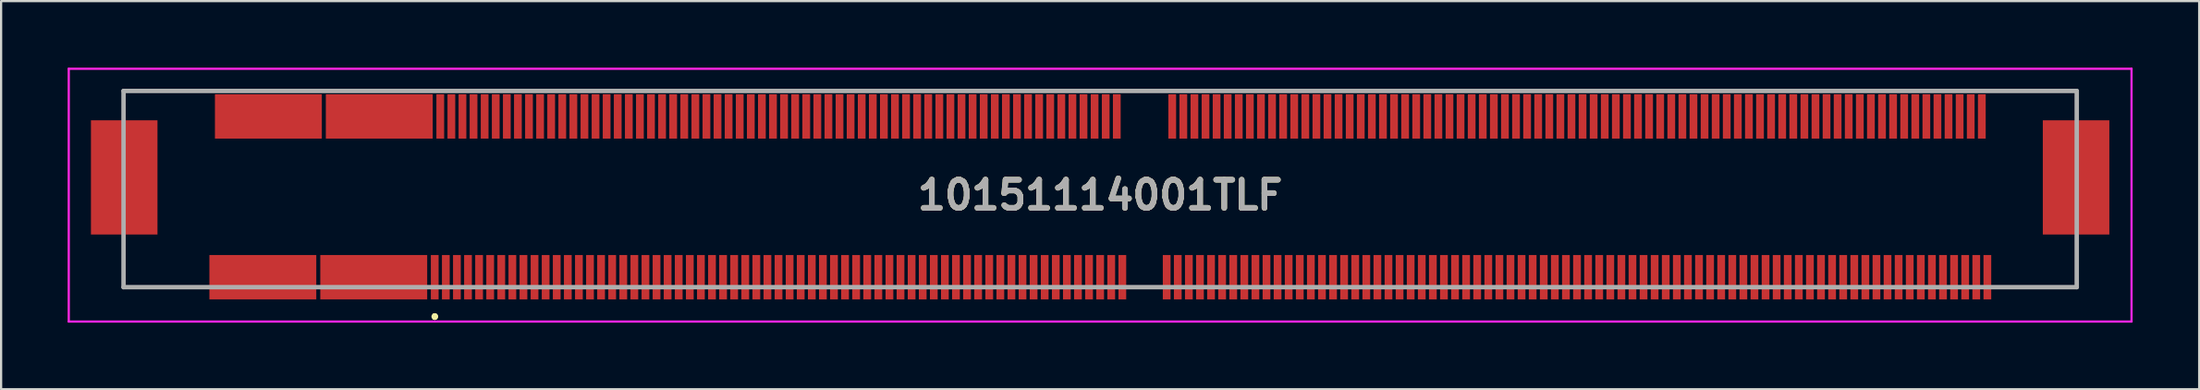
<source format=kicad_pcb>
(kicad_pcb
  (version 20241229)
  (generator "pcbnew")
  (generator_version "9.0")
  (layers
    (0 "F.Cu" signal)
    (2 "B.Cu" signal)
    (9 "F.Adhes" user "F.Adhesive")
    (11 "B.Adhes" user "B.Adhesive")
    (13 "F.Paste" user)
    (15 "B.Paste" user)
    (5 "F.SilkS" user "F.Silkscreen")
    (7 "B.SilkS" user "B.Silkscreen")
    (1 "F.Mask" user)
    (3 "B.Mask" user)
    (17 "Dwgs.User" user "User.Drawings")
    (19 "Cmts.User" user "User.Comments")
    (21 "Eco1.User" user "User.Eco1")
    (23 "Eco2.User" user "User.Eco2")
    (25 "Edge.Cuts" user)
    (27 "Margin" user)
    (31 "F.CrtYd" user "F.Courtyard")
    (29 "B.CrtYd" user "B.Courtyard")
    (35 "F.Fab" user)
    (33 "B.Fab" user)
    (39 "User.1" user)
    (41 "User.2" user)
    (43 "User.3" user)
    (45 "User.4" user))
  (footprint "10151114001TLF"
    (layer "F.Cu")
    (at 46.55 5.475)
    (property "Reference" "10151114001TLF" (at 0 0.275 0) (layer "F.SilkS") (effects (font (size 1.27 1.27) (thickness 0.254))))
    (attr through_hole)
    (fp_line (start -44.03 -4.425) (end -44.03 -4.425) (stroke (width 0.1) (type solid)) (layer "F.SilkS"))
    (fp_line (start -44.03 -4.425) (end -44.03 -4.425) (stroke (width 0.1) (type solid)) (layer "F.SilkS"))
    (fp_line (start -44.03 -4.425) (end -44.03 -3.75) (stroke (width 0.1) (type solid)) (layer "F.SilkS"))
    (fp_line (start -44.03 -4.425) (end -40.5 -4.425) (stroke (width 0.1) (type solid)) (layer "F.SilkS"))
    (fp_line (start -44.03 -3.75) (end -44.03 -4.425) (stroke (width 0.1) (type solid)) (layer "F.SilkS"))
    (fp_line (start -44.03 -3.75) (end -44.03 -3.75) (stroke (width 0.1) (type solid)) (layer "F.SilkS"))
    (fp_line (start -44.03 2.75) (end -44.03 2.75) (stroke (width 0.1) (type solid)) (layer "F.SilkS"))
    (fp_line (start -44.03 2.75) (end -44.03 4.425) (stroke (width 0.1) (type solid)) (layer "F.SilkS"))
    (fp_line (start -44.03 4.425) (end -44.03 2.75) (stroke (width 0.1) (type solid)) (layer "F.SilkS"))
    (fp_line (start -44.03 4.425) (end -44.03 4.425) (stroke (width 0.1) (type solid)) (layer "F.SilkS"))
    (fp_line (start -44 4.425) (end -44 4.425) (stroke (width 0.1) (type solid)) (layer "F.SilkS"))
    (fp_line (start -44 4.425) (end -40.75 4.425) (stroke (width 0.1) (type solid)) (layer "F.SilkS"))
    (fp_line (start -40.75 4.425) (end -44 4.425) (stroke (width 0.1) (type solid)) (layer "F.SilkS"))
    (fp_line (start -40.75 4.425) (end -40.75 4.425) (stroke (width 0.1) (type solid)) (layer "F.SilkS"))
    (fp_line (start -40.5 -4.425) (end -44.03 -4.425) (stroke (width 0.1) (type solid)) (layer "F.SilkS"))
    (fp_line (start -40.5 -4.425) (end -40.5 -4.425) (stroke (width 0.1) (type solid)) (layer "F.SilkS"))
    (fp_line (start -30 5.7) (end -30 5.7) (stroke (width 0.2) (type solid)) (layer "F.SilkS"))
    (fp_line (start -30 5.8) (end -30 5.8) (stroke (width 0.2) (type solid)) (layer "F.SilkS"))
    (fp_line (start -30 5.8) (end -30 5.8) (stroke (width 0.2) (type solid)) (layer "F.SilkS"))
    (fp_line (start 1.5 -4.425) (end 1.5 -4.425) (stroke (width 0.1) (type solid)) (layer "F.SilkS"))
    (fp_line (start 1.5 -4.425) (end 2.5 -4.425) (stroke (width 0.1) (type solid)) (layer "F.SilkS"))
    (fp_line (start 1.75 4.425) (end 1.75 4.425) (stroke (width 0.1) (type solid)) (layer "F.SilkS"))
    (fp_line (start 1.75 4.425) (end 2.25 4.425) (stroke (width 0.1) (type solid)) (layer "F.SilkS"))
    (fp_line (start 2.25 4.425) (end 1.75 4.425) (stroke (width 0.1) (type solid)) (layer "F.SilkS"))
    (fp_line (start 2.25 4.425) (end 2.25 4.425) (stroke (width 0.1) (type solid)) (layer "F.SilkS"))
    (fp_line (start 2.5 -4.425) (end 1.5 -4.425) (stroke (width 0.1) (type solid)) (layer "F.SilkS"))
    (fp_line (start 2.5 -4.425) (end 2.5 -4.425) (stroke (width 0.1) (type solid)) (layer "F.SilkS"))
    (fp_line (start 40.5 -4.425) (end 40.5 -4.425) (stroke (width 0.1) (type solid)) (layer "F.SilkS"))
    (fp_line (start 40.5 -4.425) (end 44 -4.425) (stroke (width 0.1) (type solid)) (layer "F.SilkS"))
    (fp_line (start 40.75 4.425) (end 40.75 4.425) (stroke (width 0.1) (type solid)) (layer "F.SilkS"))
    (fp_line (start 40.75 4.425) (end 44.03 4.425) (stroke (width 0.1) (type solid)) (layer "F.SilkS"))
    (fp_line (start 44 -4.425) (end 40.5 -4.425) (stroke (width 0.1) (type solid)) (layer "F.SilkS"))
    (fp_line (start 44 -4.425) (end 44 -4.425) (stroke (width 0.1) (type solid)) (layer "F.SilkS"))
    (fp_line (start 44.03 -4.425) (end 44.03 -4.425) (stroke (width 0.1) (type solid)) (layer "F.SilkS"))
    (fp_line (start 44.03 -4.425) (end 44.03 -3.5) (stroke (width 0.1) (type solid)) (layer "F.SilkS"))
    (fp_line (start 44.03 -3.5) (end 44.03 -4.425) (stroke (width 0.1) (type solid)) (layer "F.SilkS"))
    (fp_line (start 44.03 -3.5) (end 44.03 -3.5) (stroke (width 0.1) (type solid)) (layer "F.SilkS"))
    (fp_line (start 44.03 2.75) (end 44.03 2.75) (stroke (width 0.1) (type solid)) (layer "F.SilkS"))
    (fp_line (start 44.03 2.75) (end 44.03 4.425) (stroke (width 0.1) (type solid)) (layer "F.SilkS"))
    (fp_line (start 44.03 4.425) (end 40.75 4.425) (stroke (width 0.1) (type solid)) (layer "F.SilkS"))
    (fp_line (start 44.03 4.425) (end 44.03 2.75) (stroke (width 0.1) (type solid)) (layer "F.SilkS"))
    (fp_line (start 44.03 4.425) (end 44.03 4.425) (stroke (width 0.1) (type solid)) (layer "F.SilkS"))
    (fp_line (start 44.03 4.425) (end 44.03 4.425) (stroke (width 0.1) (type solid)) (layer "F.SilkS"))
    (fp_arc (start -30 5.7) (mid -29.95 5.75) (end -30 5.8) (stroke (width 0.2) (type solid)) (layer "F.SilkS"))
    (fp_arc (start -30 5.7) (mid -29.95 5.75) (end -30 5.8) (stroke (width 0.2) (type solid)) (layer "F.SilkS"))
    (fp_arc (start -30 5.8) (mid -30.05 5.75) (end -30 5.7) (stroke (width 0.2) (type solid)) (layer "F.SilkS"))
    (fp_line (start -46.5 -5.425) (end 46.5 -5.425) (stroke (width 0.1) (type solid)) (layer "F.CrtYd"))
    (fp_line (start -46.5 5.975) (end -46.5 -5.425) (stroke (width 0.1) (type solid)) (layer "F.CrtYd"))
    (fp_line (start 46.5 -5.425) (end 46.5 5.975) (stroke (width 0.1) (type solid)) (layer "F.CrtYd"))
    (fp_line (start 46.5 5.975) (end -46.5 5.975) (stroke (width 0.1) (type solid)) (layer "F.CrtYd"))
    (fp_line (start -44.03 -4.425) (end -44.03 4.425) (stroke (width 0.2) (type solid)) (layer "F.Fab"))
    (fp_line (start -44.03 4.425) (end 44.03 4.425) (stroke (width 0.2) (type solid)) (layer "F.Fab"))
    (fp_line (start 44.03 -4.425) (end -44.03 -4.425) (stroke (width 0.2) (type solid)) (layer "F.Fab"))
    (fp_line (start 44.03 4.425) (end 44.03 -4.425) (stroke (width 0.2) (type solid)) (layer "F.Fab"))
    (fp_text user "${REFERENCE}" (at 0 0.275 0) (layer "F.Fab") (effects (font (size 1.27 1.27) (thickness 0.254))))
    (pad "" np_thru_hole circle (at -41 0.225) (size 0.001 0.001) (drill 1.1) (layers "*.Cu" "*.Mask"))
    (pad "" np_thru_hole circle (at 41 0.225) (size 0.001 0.001) (drill 1.6) (layers "*.Cu" "*.Mask"))
    (pad "1" smd rect (at -30 3.975) (size 0.35 2) (layers "F.Cu" "F.Mask" "F.Paste"))
    (pad "2" smd rect (at -29.75 -3.275) (size 0.35 2) (layers "F.Cu" "F.Mask" "F.Paste"))
    (pad "3" smd rect (at -29.5 3.975) (size 0.35 2) (layers "F.Cu" "F.Mask" "F.Paste"))
    (pad "4" smd rect (at -29.25 -3.275) (size 0.35 2) (layers "F.Cu" "F.Mask" "F.Paste"))
    (pad "5" smd rect (at -29 3.975) (size 0.35 2) (layers "F.Cu" "F.Mask" "F.Paste"))
    (pad "6" smd rect (at -28.75 -3.275) (size 0.35 2) (layers "F.Cu" "F.Mask" "F.Paste"))
    (pad "7" smd rect (at -28.5 3.975) (size 0.35 2) (layers "F.Cu" "F.Mask" "F.Paste"))
    (pad "8" smd rect (at -28.25 -3.275) (size 0.35 2) (layers "F.Cu" "F.Mask" "F.Paste"))
    (pad "9" smd rect (at -28 3.975) (size 0.35 2) (layers "F.Cu" "F.Mask" "F.Paste"))
    (pad "10" smd rect (at -27.75 -3.275) (size 0.35 2) (layers "F.Cu" "F.Mask" "F.Paste"))
    (pad "11" smd rect (at -27.5 3.975) (size 0.35 2) (layers "F.Cu" "F.Mask" "F.Paste"))
    (pad "12" smd rect (at -27.25 -3.275) (size 0.35 2) (layers "F.Cu" "F.Mask" "F.Paste"))
    (pad "13" smd rect (at -27 3.975) (size 0.35 2) (layers "F.Cu" "F.Mask" "F.Paste"))
    (pad "14" smd rect (at -26.75 -3.275) (size 0.35 2) (layers "F.Cu" "F.Mask" "F.Paste"))
    (pad "15" smd rect (at -26.5 3.975) (size 0.35 2) (layers "F.Cu" "F.Mask" "F.Paste"))
    (pad "16" smd rect (at -26.25 -3.275) (size 0.35 2) (layers "F.Cu" "F.Mask" "F.Paste"))
    (pad "17" smd rect (at -26 3.975) (size 0.35 2) (layers "F.Cu" "F.Mask" "F.Paste"))
    (pad "18" smd rect (at -25.75 -3.275) (size 0.35 2) (layers "F.Cu" "F.Mask" "F.Paste"))
    (pad "19" smd rect (at -25.5 3.975) (size 0.35 2) (layers "F.Cu" "F.Mask" "F.Paste"))
    (pad "20" smd rect (at -25.25 -3.275) (size 0.35 2) (layers "F.Cu" "F.Mask" "F.Paste"))
    (pad "21" smd rect (at -25 3.975) (size 0.35 2) (layers "F.Cu" "F.Mask" "F.Paste"))
    (pad "22" smd rect (at -24.75 -3.275) (size 0.35 2) (layers "F.Cu" "F.Mask" "F.Paste"))
    (pad "23" smd rect (at -24.5 3.975) (size 0.35 2) (layers "F.Cu" "F.Mask" "F.Paste"))
    (pad "24" smd rect (at -24.25 -3.275) (size 0.35 2) (layers "F.Cu" "F.Mask" "F.Paste"))
    (pad "25" smd rect (at -24 3.975) (size 0.35 2) (layers "F.Cu" "F.Mask" "F.Paste"))
    (pad "26" smd rect (at -23.75 -3.275) (size 0.35 2) (layers "F.Cu" "F.Mask" "F.Paste"))
    (pad "27" smd rect (at -23.5 3.975) (size 0.35 2) (layers "F.Cu" "F.Mask" "F.Paste"))
    (pad "28" smd rect (at -23.25 -3.275) (size 0.35 2) (layers "F.Cu" "F.Mask" "F.Paste"))
    (pad "29" smd rect (at -23 3.975) (size 0.35 2) (layers "F.Cu" "F.Mask" "F.Paste"))
    (pad "30" smd rect (at -22.75 -3.275) (size 0.35 2) (layers "F.Cu" "F.Mask" "F.Paste"))
    (pad "31" smd rect (at -22.5 3.975) (size 0.35 2) (layers "F.Cu" "F.Mask" "F.Paste"))
    (pad "32" smd rect (at -22.25 -3.275) (size 0.35 2) (layers "F.Cu" "F.Mask" "F.Paste"))
    (pad "33" smd rect (at -22 3.975) (size 0.35 2) (layers "F.Cu" "F.Mask" "F.Paste"))
    (pad "34" smd rect (at -21.75 -3.275) (size 0.35 2) (layers "F.Cu" "F.Mask" "F.Paste"))
    (pad "35" smd rect (at -21.5 3.975) (size 0.35 2) (layers "F.Cu" "F.Mask" "F.Paste"))
    (pad "36" smd rect (at -21.25 -3.275) (size 0.35 2) (layers "F.Cu" "F.Mask" "F.Paste"))
    (pad "37" smd rect (at -21 3.975) (size 0.35 2) (layers "F.Cu" "F.Mask" "F.Paste"))
    (pad "38" smd rect (at -20.75 -3.275) (size 0.35 2) (layers "F.Cu" "F.Mask" "F.Paste"))
    (pad "39" smd rect (at -20.5 3.975) (size 0.35 2) (layers "F.Cu" "F.Mask" "F.Paste"))
    (pad "40" smd rect (at -20.25 -3.275) (size 0.35 2) (layers "F.Cu" "F.Mask" "F.Paste"))
    (pad "41" smd rect (at -20 3.975) (size 0.35 2) (layers "F.Cu" "F.Mask" "F.Paste"))
    (pad "42" smd rect (at -19.75 -3.275) (size 0.35 2) (layers "F.Cu" "F.Mask" "F.Paste"))
    (pad "43" smd rect (at -19.5 3.975) (size 0.35 2) (layers "F.Cu" "F.Mask" "F.Paste"))
    (pad "44" smd rect (at -19.25 -3.275) (size 0.35 2) (layers "F.Cu" "F.Mask" "F.Paste"))
    (pad "45" smd rect (at -19 3.975) (size 0.35 2) (layers "F.Cu" "F.Mask" "F.Paste"))
    (pad "46" smd rect (at -18.75 -3.275) (size 0.35 2) (layers "F.Cu" "F.Mask" "F.Paste"))
    (pad "47" smd rect (at -18.5 3.975) (size 0.35 2) (layers "F.Cu" "F.Mask" "F.Paste"))
    (pad "48" smd rect (at -18.25 -3.275) (size 0.35 2) (layers "F.Cu" "F.Mask" "F.Paste"))
    (pad "49" smd rect (at -18 3.975) (size 0.35 2) (layers "F.Cu" "F.Mask" "F.Paste"))
    (pad "50" smd rect (at -17.75 -3.275) (size 0.35 2) (layers "F.Cu" "F.Mask" "F.Paste"))
    (pad "51" smd rect (at -17.5 3.975) (size 0.35 2) (layers "F.Cu" "F.Mask" "F.Paste"))
    (pad "52" smd rect (at -17.25 -3.275) (size 0.35 2) (layers "F.Cu" "F.Mask" "F.Paste"))
    (pad "53" smd rect (at -17 3.975) (size 0.35 2) (layers "F.Cu" "F.Mask" "F.Paste"))
    (pad "54" smd rect (at -16.75 -3.275) (size 0.35 2) (layers "F.Cu" "F.Mask" "F.Paste"))
    (pad "55" smd rect (at -16.5 3.975) (size 0.35 2) (layers "F.Cu" "F.Mask" "F.Paste"))
    (pad "56" smd rect (at -16.25 -3.275) (size 0.35 2) (layers "F.Cu" "F.Mask" "F.Paste"))
    (pad "57" smd rect (at -16 3.975) (size 0.35 2) (layers "F.Cu" "F.Mask" "F.Paste"))
    (pad "58" smd rect (at -15.75 -3.275) (size 0.35 2) (layers "F.Cu" "F.Mask" "F.Paste"))
    (pad "59" smd rect (at -15.5 3.975) (size 0.35 2) (layers "F.Cu" "F.Mask" "F.Paste"))
    (pad "60" smd rect (at -15.25 -3.275) (size 0.35 2) (layers "F.Cu" "F.Mask" "F.Paste"))
    (pad "61" smd rect (at -15 3.975) (size 0.35 2) (layers "F.Cu" "F.Mask" "F.Paste"))
    (pad "62" smd rect (at -14.75 -3.275) (size 0.35 2) (layers "F.Cu" "F.Mask" "F.Paste"))
    (pad "63" smd rect (at -14.5 3.975) (size 0.35 2) (layers "F.Cu" "F.Mask" "F.Paste"))
    (pad "64" smd rect (at -14.25 -3.275) (size 0.35 2) (layers "F.Cu" "F.Mask" "F.Paste"))
    (pad "65" smd rect (at -14 3.975) (size 0.35 2) (layers "F.Cu" "F.Mask" "F.Paste"))
    (pad "66" smd rect (at -13.75 -3.275) (size 0.35 2) (layers "F.Cu" "F.Mask" "F.Paste"))
    (pad "67" smd rect (at -13.5 3.975) (size 0.35 2) (layers "F.Cu" "F.Mask" "F.Paste"))
    (pad "68" smd rect (at -13.25 -3.275) (size 0.35 2) (layers "F.Cu" "F.Mask" "F.Paste"))
    (pad "69" smd rect (at -13 3.975) (size 0.35 2) (layers "F.Cu" "F.Mask" "F.Paste"))
    (pad "70" smd rect (at -12.75 -3.275) (size 0.35 2) (layers "F.Cu" "F.Mask" "F.Paste"))
    (pad "71" smd rect (at -12.5 3.975) (size 0.35 2) (layers "F.Cu" "F.Mask" "F.Paste"))
    (pad "72" smd rect (at -12.25 -3.275) (size 0.35 2) (layers "F.Cu" "F.Mask" "F.Paste"))
    (pad "73" smd rect (at -12 3.975) (size 0.35 2) (layers "F.Cu" "F.Mask" "F.Paste"))
    (pad "74" smd rect (at -11.75 -3.275) (size 0.35 2) (layers "F.Cu" "F.Mask" "F.Paste"))
    (pad "75" smd rect (at -11.5 3.975) (size 0.35 2) (layers "F.Cu" "F.Mask" "F.Paste"))
    (pad "76" smd rect (at -11.25 -3.275) (size 0.35 2) (layers "F.Cu" "F.Mask" "F.Paste"))
    (pad "77" smd rect (at -11 3.975) (size 0.35 2) (layers "F.Cu" "F.Mask" "F.Paste"))
    (pad "78" smd rect (at -10.75 -3.275) (size 0.35 2) (layers "F.Cu" "F.Mask" "F.Paste"))
    (pad "79" smd rect (at -10.5 3.975) (size 0.35 2) (layers "F.Cu" "F.Mask" "F.Paste"))
    (pad "80" smd rect (at -10.25 -3.275) (size 0.35 2) (layers "F.Cu" "F.Mask" "F.Paste"))
    (pad "81" smd rect (at -10 3.975) (size 0.35 2) (layers "F.Cu" "F.Mask" "F.Paste"))
    (pad "82" smd rect (at -9.75 -3.275) (size 0.35 2) (layers "F.Cu" "F.Mask" "F.Paste"))
    (pad "83" smd rect (at -9.5 3.975) (size 0.35 2) (layers "F.Cu" "F.Mask" "F.Paste"))
    (pad "84" smd rect (at -9.25 -3.275) (size 0.35 2) (layers "F.Cu" "F.Mask" "F.Paste"))
    (pad "85" smd rect (at -9 3.975) (size 0.35 2) (layers "F.Cu" "F.Mask" "F.Paste"))
    (pad "86" smd rect (at -8.75 -3.275) (size 0.35 2) (layers "F.Cu" "F.Mask" "F.Paste"))
    (pad "87" smd rect (at -8.5 3.975) (size 0.35 2) (layers "F.Cu" "F.Mask" "F.Paste"))
    (pad "88" smd rect (at -8.25 -3.275) (size 0.35 2) (layers "F.Cu" "F.Mask" "F.Paste"))
    (pad "89" smd rect (at -8 3.975) (size 0.35 2) (layers "F.Cu" "F.Mask" "F.Paste"))
    (pad "90" smd rect (at -7.75 -3.275) (size 0.35 2) (layers "F.Cu" "F.Mask" "F.Paste"))
    (pad "91" smd rect (at -7.5 3.975) (size 0.35 2) (layers "F.Cu" "F.Mask" "F.Paste"))
    (pad "92" smd rect (at -7.25 -3.275) (size 0.35 2) (layers "F.Cu" "F.Mask" "F.Paste"))
    (pad "93" smd rect (at -7 3.975) (size 0.35 2) (layers "F.Cu" "F.Mask" "F.Paste"))
    (pad "94" smd rect (at -6.75 -3.275) (size 0.35 2) (layers "F.Cu" "F.Mask" "F.Paste"))
    (pad "95" smd rect (at -6.5 3.975) (size 0.35 2) (layers "F.Cu" "F.Mask" "F.Paste"))
    (pad "96" smd rect (at -6.25 -3.275) (size 0.35 2) (layers "F.Cu" "F.Mask" "F.Paste"))
    (pad "97" smd rect (at -6 3.975) (size 0.35 2) (layers "F.Cu" "F.Mask" "F.Paste"))
    (pad "98" smd rect (at -5.75 -3.275) (size 0.35 2) (layers "F.Cu" "F.Mask" "F.Paste"))
    (pad "99" smd rect (at -5.5 3.975) (size 0.35 2) (layers "F.Cu" "F.Mask" "F.Paste"))
    (pad "100" smd rect (at -5.25 -3.275) (size 0.35 2) (layers "F.Cu" "F.Mask" "F.Paste"))
    (pad "101" smd rect (at -5 3.975) (size 0.35 2) (layers "F.Cu" "F.Mask" "F.Paste"))
    (pad "102" smd rect (at -4.75 -3.275) (size 0.35 2) (layers "F.Cu" "F.Mask" "F.Paste"))
    (pad "103" smd rect (at -4.5 3.975) (size 0.35 2) (layers "F.Cu" "F.Mask" "F.Paste"))
    (pad "104" smd rect (at -4.25 -3.275) (size 0.35 2) (layers "F.Cu" "F.Mask" "F.Paste"))
    (pad "105" smd rect (at -4 3.975) (size 0.35 2) (layers "F.Cu" "F.Mask" "F.Paste"))
    (pad "106" smd rect (at -3.75 -3.275) (size 0.35 2) (layers "F.Cu" "F.Mask" "F.Paste"))
    (pad "107" smd rect (at -3.5 3.975) (size 0.35 2) (layers "F.Cu" "F.Mask" "F.Paste"))
    (pad "108" smd rect (at -3.25 -3.275) (size 0.35 2) (layers "F.Cu" "F.Mask" "F.Paste"))
    (pad "109" smd rect (at -3 3.975) (size 0.35 2) (layers "F.Cu" "F.Mask" "F.Paste"))
    (pad "110" smd rect (at -2.75 -3.275) (size 0.35 2) (layers "F.Cu" "F.Mask" "F.Paste"))
    (pad "111" smd rect (at -2.5 3.975) (size 0.35 2) (layers "F.Cu" "F.Mask" "F.Paste"))
    (pad "112" smd rect (at -2.25 -3.275) (size 0.35 2) (layers "F.Cu" "F.Mask" "F.Paste"))
    (pad "113" smd rect (at -2 3.975) (size 0.35 2) (layers "F.Cu" "F.Mask" "F.Paste"))
    (pad "114" smd rect (at -1.75 -3.275) (size 0.35 2) (layers "F.Cu" "F.Mask" "F.Paste"))
    (pad "115" smd rect (at -1.5 3.975) (size 0.35 2) (layers "F.Cu" "F.Mask" "F.Paste"))
    (pad "116" smd rect (at -1.25 -3.275) (size 0.35 2) (layers "F.Cu" "F.Mask" "F.Paste"))
    (pad "117" smd rect (at -1 3.975) (size 0.35 2) (layers "F.Cu" "F.Mask" "F.Paste"))
    (pad "118" smd rect (at -0.75 -3.275) (size 0.35 2) (layers "F.Cu" "F.Mask" "F.Paste"))
    (pad "119" smd rect (at -0.5 3.975) (size 0.35 2) (layers "F.Cu" "F.Mask" "F.Paste"))
    (pad "120" smd rect (at -0.25 -3.275) (size 0.35 2) (layers "F.Cu" "F.Mask" "F.Paste"))
    (pad "121" smd rect (at 0 3.975) (size 0.35 2) (layers "F.Cu" "F.Mask" "F.Paste"))
    (pad "122" smd rect (at 0.25 -3.275) (size 0.35 2) (layers "F.Cu" "F.Mask" "F.Paste"))
    (pad "123" smd rect (at 0.5 3.975) (size 0.35 2) (layers "F.Cu" "F.Mask" "F.Paste"))
    (pad "124" smd rect (at 0.75 -3.275) (size 0.35 2) (layers "F.Cu" "F.Mask" "F.Paste"))
    (pad "125" smd rect (at 1 3.975) (size 0.35 2) (layers "F.Cu" "F.Mask" "F.Paste"))
    (pad "133" smd rect (at 3 3.975) (size 0.35 2) (layers "F.Cu" "F.Mask" "F.Paste"))
    (pad "134" smd rect (at 3.25 -3.275) (size 0.35 2) (layers "F.Cu" "F.Mask" "F.Paste"))
    (pad "135" smd rect (at 3.5 3.975) (size 0.35 2) (layers "F.Cu" "F.Mask" "F.Paste"))
    (pad "136" smd rect (at 3.75 -3.275) (size 0.35 2) (layers "F.Cu" "F.Mask" "F.Paste"))
    (pad "137" smd rect (at 4 3.975) (size 0.35 2) (layers "F.Cu" "F.Mask" "F.Paste"))
    (pad "138" smd rect (at 4.25 -3.275) (size 0.35 2) (layers "F.Cu" "F.Mask" "F.Paste"))
    (pad "139" smd rect (at 4.5 3.975) (size 0.35 2) (layers "F.Cu" "F.Mask" "F.Paste"))
    (pad "140" smd rect (at 4.75 -3.275) (size 0.35 2) (layers "F.Cu" "F.Mask" "F.Paste"))
    (pad "141" smd rect (at 5 3.975) (size 0.35 2) (layers "F.Cu" "F.Mask" "F.Paste"))
    (pad "142" smd rect (at 5.25 -3.275) (size 0.35 2) (layers "F.Cu" "F.Mask" "F.Paste"))
    (pad "143" smd rect (at 5.5 3.975) (size 0.35 2) (layers "F.Cu" "F.Mask" "F.Paste"))
    (pad "144" smd rect (at 5.75 -3.275) (size 0.35 2) (layers "F.Cu" "F.Mask" "F.Paste"))
    (pad "145" smd rect (at 6 3.975) (size 0.35 2) (layers "F.Cu" "F.Mask" "F.Paste"))
    (pad "146" smd rect (at 6.25 -3.275) (size 0.35 2) (layers "F.Cu" "F.Mask" "F.Paste"))
    (pad "147" smd rect (at 6.5 3.975) (size 0.35 2) (layers "F.Cu" "F.Mask" "F.Paste"))
    (pad "148" smd rect (at 6.75 -3.275) (size 0.35 2) (layers "F.Cu" "F.Mask" "F.Paste"))
    (pad "149" smd rect (at 7 3.975) (size 0.35 2) (layers "F.Cu" "F.Mask" "F.Paste"))
    (pad "150" smd rect (at 7.25 -3.275) (size 0.35 2) (layers "F.Cu" "F.Mask" "F.Paste"))
    (pad "151" smd rect (at 7.5 3.975) (size 0.35 2) (layers "F.Cu" "F.Mask" "F.Paste"))
    (pad "152" smd rect (at 7.75 -3.275) (size 0.35 2) (layers "F.Cu" "F.Mask" "F.Paste"))
    (pad "153" smd rect (at 8 3.975) (size 0.35 2) (layers "F.Cu" "F.Mask" "F.Paste"))
    (pad "154" smd rect (at 8.25 -3.275) (size 0.35 2) (layers "F.Cu" "F.Mask" "F.Paste"))
    (pad "155" smd rect (at 8.5 3.975) (size 0.35 2) (layers "F.Cu" "F.Mask" "F.Paste"))
    (pad "156" smd rect (at 8.75 -3.275) (size 0.35 2) (layers "F.Cu" "F.Mask" "F.Paste"))
    (pad "157" smd rect (at 9 3.975) (size 0.35 2) (layers "F.Cu" "F.Mask" "F.Paste"))
    (pad "158" smd rect (at 9.25 -3.275) (size 0.35 2) (layers "F.Cu" "F.Mask" "F.Paste"))
    (pad "159" smd rect (at 9.5 3.975) (size 0.35 2) (layers "F.Cu" "F.Mask" "F.Paste"))
    (pad "160" smd rect (at 9.75 -3.275) (size 0.35 2) (layers "F.Cu" "F.Mask" "F.Paste"))
    (pad "161" smd rect (at 10 3.975) (size 0.35 2) (layers "F.Cu" "F.Mask" "F.Paste"))
    (pad "162" smd rect (at 10.25 -3.275) (size 0.35 2) (layers "F.Cu" "F.Mask" "F.Paste"))
    (pad "163" smd rect (at 10.5 3.975) (size 0.35 2) (layers "F.Cu" "F.Mask" "F.Paste"))
    (pad "164" smd rect (at 10.75 -3.275) (size 0.35 2) (layers "F.Cu" "F.Mask" "F.Paste"))
    (pad "165" smd rect (at 11 3.975) (size 0.35 2) (layers "F.Cu" "F.Mask" "F.Paste"))
    (pad "166" smd rect (at 11.25 -3.275) (size 0.35 2) (layers "F.Cu" "F.Mask" "F.Paste"))
    (pad "167" smd rect (at 11.5 3.975) (size 0.35 2) (layers "F.Cu" "F.Mask" "F.Paste"))
    (pad "168" smd rect (at 11.75 -3.275) (size 0.35 2) (layers "F.Cu" "F.Mask" "F.Paste"))
    (pad "169" smd rect (at 12 3.975) (size 0.35 2) (layers "F.Cu" "F.Mask" "F.Paste"))
    (pad "170" smd rect (at 12.25 -3.275) (size 0.35 2) (layers "F.Cu" "F.Mask" "F.Paste"))
    (pad "171" smd rect (at 12.5 3.975) (size 0.35 2) (layers "F.Cu" "F.Mask" "F.Paste"))
    (pad "172" smd rect (at 12.75 -3.275) (size 0.35 2) (layers "F.Cu" "F.Mask" "F.Paste"))
    (pad "173" smd rect (at 13 3.975) (size 0.35 2) (layers "F.Cu" "F.Mask" "F.Paste"))
    (pad "174" smd rect (at 13.25 -3.275) (size 0.35 2) (layers "F.Cu" "F.Mask" "F.Paste"))
    (pad "175" smd rect (at 13.5 3.975) (size 0.35 2) (layers "F.Cu" "F.Mask" "F.Paste"))
    (pad "176" smd rect (at 13.75 -3.275) (size 0.35 2) (layers "F.Cu" "F.Mask" "F.Paste"))
    (pad "177" smd rect (at 14 3.975) (size 0.35 2) (layers "F.Cu" "F.Mask" "F.Paste"))
    (pad "178" smd rect (at 14.25 -3.275) (size 0.35 2) (layers "F.Cu" "F.Mask" "F.Paste"))
    (pad "179" smd rect (at 14.5 3.975) (size 0.35 2) (layers "F.Cu" "F.Mask" "F.Paste"))
    (pad "180" smd rect (at 14.75 -3.275) (size 0.35 2) (layers "F.Cu" "F.Mask" "F.Paste"))
    (pad "181" smd rect (at 15 3.975) (size 0.35 2) (layers "F.Cu" "F.Mask" "F.Paste"))
    (pad "182" smd rect (at 15.25 -3.275) (size 0.35 2) (layers "F.Cu" "F.Mask" "F.Paste"))
    (pad "183" smd rect (at 15.5 3.975) (size 0.35 2) (layers "F.Cu" "F.Mask" "F.Paste"))
    (pad "184" smd rect (at 15.75 -3.275) (size 0.35 2) (layers "F.Cu" "F.Mask" "F.Paste"))
    (pad "185" smd rect (at 16 3.975) (size 0.35 2) (layers "F.Cu" "F.Mask" "F.Paste"))
    (pad "186" smd rect (at 16.25 -3.275) (size 0.35 2) (layers "F.Cu" "F.Mask" "F.Paste"))
    (pad "187" smd rect (at 16.5 3.975) (size 0.35 2) (layers "F.Cu" "F.Mask" "F.Paste"))
    (pad "188" smd rect (at 16.75 -3.275) (size 0.35 2) (layers "F.Cu" "F.Mask" "F.Paste"))
    (pad "189" smd rect (at 17 3.975) (size 0.35 2) (layers "F.Cu" "F.Mask" "F.Paste"))
    (pad "190" smd rect (at 17.25 -3.275) (size 0.35 2) (layers "F.Cu" "F.Mask" "F.Paste"))
    (pad "191" smd rect (at 17.5 3.975) (size 0.35 2) (layers "F.Cu" "F.Mask" "F.Paste"))
    (pad "192" smd rect (at 17.75 -3.275) (size 0.35 2) (layers "F.Cu" "F.Mask" "F.Paste"))
    (pad "193" smd rect (at 18 3.975) (size 0.35 2) (layers "F.Cu" "F.Mask" "F.Paste"))
    (pad "194" smd rect (at 18.25 -3.275) (size 0.35 2) (layers "F.Cu" "F.Mask" "F.Paste"))
    (pad "195" smd rect (at 18.5 3.975) (size 0.35 2) (layers "F.Cu" "F.Mask" "F.Paste"))
    (pad "196" smd rect (at 18.75 -3.275) (size 0.35 2) (layers "F.Cu" "F.Mask" "F.Paste"))
    (pad "197" smd rect (at 19 3.975) (size 0.35 2) (layers "F.Cu" "F.Mask" "F.Paste"))
    (pad "198" smd rect (at 19.25 -3.275) (size 0.35 2) (layers "F.Cu" "F.Mask" "F.Paste"))
    (pad "199" smd rect (at 19.5 3.975) (size 0.35 2) (layers "F.Cu" "F.Mask" "F.Paste"))
    (pad "200" smd rect (at 19.75 -3.275) (size 0.35 2) (layers "F.Cu" "F.Mask" "F.Paste"))
    (pad "201" smd rect (at 20 3.975) (size 0.35 2) (layers "F.Cu" "F.Mask" "F.Paste"))
    (pad "202" smd rect (at 20.25 -3.275) (size 0.35 2) (layers "F.Cu" "F.Mask" "F.Paste"))
    (pad "203" smd rect (at 20.5 3.975) (size 0.35 2) (layers "F.Cu" "F.Mask" "F.Paste"))
    (pad "204" smd rect (at 20.75 -3.275) (size 0.35 2) (layers "F.Cu" "F.Mask" "F.Paste"))
    (pad "205" smd rect (at 21 3.975) (size 0.35 2) (layers "F.Cu" "F.Mask" "F.Paste"))
    (pad "206" smd rect (at 21.25 -3.275) (size 0.35 2) (layers "F.Cu" "F.Mask" "F.Paste"))
    (pad "207" smd rect (at 21.5 3.975) (size 0.35 2) (layers "F.Cu" "F.Mask" "F.Paste"))
    (pad "208" smd rect (at 21.75 -3.275) (size 0.35 2) (layers "F.Cu" "F.Mask" "F.Paste"))
    (pad "209" smd rect (at 22 3.975) (size 0.35 2) (layers "F.Cu" "F.Mask" "F.Paste"))
    (pad "210" smd rect (at 22.25 -3.275) (size 0.35 2) (layers "F.Cu" "F.Mask" "F.Paste"))
    (pad "211" smd rect (at 22.5 3.975) (size 0.35 2) (layers "F.Cu" "F.Mask" "F.Paste"))
    (pad "212" smd rect (at 22.75 -3.275) (size 0.35 2) (layers "F.Cu" "F.Mask" "F.Paste"))
    (pad "213" smd rect (at 23 3.975) (size 0.35 2) (layers "F.Cu" "F.Mask" "F.Paste"))
    (pad "214" smd rect (at 23.25 -3.275) (size 0.35 2) (layers "F.Cu" "F.Mask" "F.Paste"))
    (pad "215" smd rect (at 23.5 3.975) (size 0.35 2) (layers "F.Cu" "F.Mask" "F.Paste"))
    (pad "216" smd rect (at 23.75 -3.275) (size 0.35 2) (layers "F.Cu" "F.Mask" "F.Paste"))
    (pad "217" smd rect (at 24 3.975) (size 0.35 2) (layers "F.Cu" "F.Mask" "F.Paste"))
    (pad "218" smd rect (at 24.25 -3.275) (size 0.35 2) (layers "F.Cu" "F.Mask" "F.Paste"))
    (pad "219" smd rect (at 24.5 3.975) (size 0.35 2) (layers "F.Cu" "F.Mask" "F.Paste"))
    (pad "220" smd rect (at 24.75 -3.275) (size 0.35 2) (layers "F.Cu" "F.Mask" "F.Paste"))
    (pad "221" smd rect (at 25 3.975) (size 0.35 2) (layers "F.Cu" "F.Mask" "F.Paste"))
    (pad "222" smd rect (at 25.25 -3.275) (size 0.35 2) (layers "F.Cu" "F.Mask" "F.Paste"))
    (pad "223" smd rect (at 25.5 3.975) (size 0.35 2) (layers "F.Cu" "F.Mask" "F.Paste"))
    (pad "224" smd rect (at 25.75 -3.275) (size 0.35 2) (layers "F.Cu" "F.Mask" "F.Paste"))
    (pad "225" smd rect (at 26 3.975) (size 0.35 2) (layers "F.Cu" "F.Mask" "F.Paste"))
    (pad "226" smd rect (at 26.25 -3.275) (size 0.35 2) (layers "F.Cu" "F.Mask" "F.Paste"))
    (pad "227" smd rect (at 26.5 3.975) (size 0.35 2) (layers "F.Cu" "F.Mask" "F.Paste"))
    (pad "228" smd rect (at 26.75 -3.275) (size 0.35 2) (layers "F.Cu" "F.Mask" "F.Paste"))
    (pad "229" smd rect (at 27 3.975) (size 0.35 2) (layers "F.Cu" "F.Mask" "F.Paste"))
    (pad "230" smd rect (at 27.25 -3.275) (size 0.35 2) (layers "F.Cu" "F.Mask" "F.Paste"))
    (pad "231" smd rect (at 27.5 3.975) (size 0.35 2) (layers "F.Cu" "F.Mask" "F.Paste"))
    (pad "232" smd rect (at 27.75 -3.275) (size 0.35 2) (layers "F.Cu" "F.Mask" "F.Paste"))
    (pad "233" smd rect (at 28 3.975) (size 0.35 2) (layers "F.Cu" "F.Mask" "F.Paste"))
    (pad "234" smd rect (at 28.25 -3.275) (size 0.35 2) (layers "F.Cu" "F.Mask" "F.Paste"))
    (pad "235" smd rect (at 28.5 3.975) (size 0.35 2) (layers "F.Cu" "F.Mask" "F.Paste"))
    (pad "236" smd rect (at 28.75 -3.275) (size 0.35 2) (layers "F.Cu" "F.Mask" "F.Paste"))
    (pad "237" smd rect (at 29 3.975) (size 0.35 2) (layers "F.Cu" "F.Mask" "F.Paste"))
    (pad "238" smd rect (at 29.25 -3.275) (size 0.35 2) (layers "F.Cu" "F.Mask" "F.Paste"))
    (pad "239" smd rect (at 29.5 3.975) (size 0.35 2) (layers "F.Cu" "F.Mask" "F.Paste"))
    (pad "240" smd rect (at 29.75 -3.275) (size 0.35 2) (layers "F.Cu" "F.Mask" "F.Paste"))
    (pad "241" smd rect (at 30 3.975) (size 0.35 2) (layers "F.Cu" "F.Mask" "F.Paste"))
    (pad "242" smd rect (at 30.25 -3.275) (size 0.35 2) (layers "F.Cu" "F.Mask" "F.Paste"))
    (pad "243" smd rect (at 30.5 3.975) (size 0.35 2) (layers "F.Cu" "F.Mask" "F.Paste"))
    (pad "244" smd rect (at 30.75 -3.275) (size 0.35 2) (layers "F.Cu" "F.Mask" "F.Paste"))
    (pad "245" smd rect (at 31 3.975) (size 0.35 2) (layers "F.Cu" "F.Mask" "F.Paste"))
    (pad "246" smd rect (at 31.25 -3.275) (size 0.35 2) (layers "F.Cu" "F.Mask" "F.Paste"))
    (pad "247" smd rect (at 31.5 3.975) (size 0.35 2) (layers "F.Cu" "F.Mask" "F.Paste"))
    (pad "248" smd rect (at 31.75 -3.275) (size 0.35 2) (layers "F.Cu" "F.Mask" "F.Paste"))
    (pad "249" smd rect (at 32 3.975) (size 0.35 2) (layers "F.Cu" "F.Mask" "F.Paste"))
    (pad "250" smd rect (at 32.25 -3.275) (size 0.35 2) (layers "F.Cu" "F.Mask" "F.Paste"))
    (pad "251" smd rect (at 32.5 3.975) (size 0.35 2) (layers "F.Cu" "F.Mask" "F.Paste"))
    (pad "252" smd rect (at 32.75 -3.275) (size 0.35 2) (layers "F.Cu" "F.Mask" "F.Paste"))
    (pad "253" smd rect (at 33 3.975) (size 0.35 2) (layers "F.Cu" "F.Mask" "F.Paste"))
    (pad "254" smd rect (at 33.25 -3.275) (size 0.35 2) (layers "F.Cu" "F.Mask" "F.Paste"))
    (pad "255" smd rect (at 33.5 3.975) (size 0.35 2) (layers "F.Cu" "F.Mask" "F.Paste"))
    (pad "256" smd rect (at 33.75 -3.275) (size 0.35 2) (layers "F.Cu" "F.Mask" "F.Paste"))
    (pad "257" smd rect (at 34 3.975) (size 0.35 2) (layers "F.Cu" "F.Mask" "F.Paste"))
    (pad "258" smd rect (at 34.25 -3.275) (size 0.35 2) (layers "F.Cu" "F.Mask" "F.Paste"))
    (pad "259" smd rect (at 34.5 3.975) (size 0.35 2) (layers "F.Cu" "F.Mask" "F.Paste"))
    (pad "260" smd rect (at 34.75 -3.275) (size 0.35 2) (layers "F.Cu" "F.Mask" "F.Paste"))
    (pad "261" smd rect (at 35 3.975) (size 0.35 2) (layers "F.Cu" "F.Mask" "F.Paste"))
    (pad "262" smd rect (at 35.25 -3.275) (size 0.35 2) (layers "F.Cu" "F.Mask" "F.Paste"))
    (pad "263" smd rect (at 35.5 3.975) (size 0.35 2) (layers "F.Cu" "F.Mask" "F.Paste"))
    (pad "264" smd rect (at 35.75 -3.275) (size 0.35 2) (layers "F.Cu" "F.Mask" "F.Paste"))
    (pad "265" smd rect (at 36 3.975) (size 0.35 2) (layers "F.Cu" "F.Mask" "F.Paste"))
    (pad "266" smd rect (at 36.25 -3.275) (size 0.35 2) (layers "F.Cu" "F.Mask" "F.Paste"))
    (pad "267" smd rect (at 36.5 3.975) (size 0.35 2) (layers "F.Cu" "F.Mask" "F.Paste"))
    (pad "268" smd rect (at 36.75 -3.275) (size 0.35 2) (layers "F.Cu" "F.Mask" "F.Paste"))
    (pad "269" smd rect (at 37 3.975) (size 0.35 2) (layers "F.Cu" "F.Mask" "F.Paste"))
    (pad "270" smd rect (at 37.25 -3.275) (size 0.35 2) (layers "F.Cu" "F.Mask" "F.Paste"))
    (pad "271" smd rect (at 37.5 3.975) (size 0.35 2) (layers "F.Cu" "F.Mask" "F.Paste"))
    (pad "272" smd rect (at 37.75 -3.275) (size 0.35 2) (layers "F.Cu" "F.Mask" "F.Paste"))
    (pad "273" smd rect (at 38 3.975) (size 0.35 2) (layers "F.Cu" "F.Mask" "F.Paste"))
    (pad "274" smd rect (at 38.25 -3.275) (size 0.35 2) (layers "F.Cu" "F.Mask" "F.Paste"))
    (pad "275" smd rect (at 38.5 3.975) (size 0.35 2) (layers "F.Cu" "F.Mask" "F.Paste"))
    (pad "276" smd rect (at 38.75 -3.275) (size 0.35 2) (layers "F.Cu" "F.Mask" "F.Paste"))
    (pad "277" smd rect (at 39 3.975) (size 0.35 2) (layers "F.Cu" "F.Mask" "F.Paste"))
    (pad "278" smd rect (at 39.25 -3.275) (size 0.35 2) (layers "F.Cu" "F.Mask" "F.Paste"))
    (pad "279" smd rect (at 39.5 3.975) (size 0.35 2) (layers "F.Cu" "F.Mask" "F.Paste"))
    (pad "280" smd rect (at 39.75 -3.275) (size 0.35 2) (layers "F.Cu" "F.Mask" "F.Paste"))
    (pad "281" smd rect (at 40 3.975) (size 0.35 2) (layers "F.Cu" "F.Mask" "F.Paste"))
    (pad "E1" smd rect (at -37.75 3.975 90) (size 2 4.82) (layers "F.Cu" "F.Mask" "F.Paste"))
    (pad "E2" smd rect (at -37.5 -3.275 90) (size 2 4.82) (layers "F.Cu" "F.Mask" "F.Paste"))
    (pad "E3" smd rect (at -32.75 3.975 90) (size 2 4.82) (layers "F.Cu" "F.Mask" "F.Paste"))
    (pad "E4" smd rect (at -32.5 -3.275 90) (size 2 4.82) (layers "F.Cu" "F.Mask" "F.Paste"))
    (pad "MP1" smd rect (at -44 -0.525) (size 3 5.15) (layers "F.Cu" "F.Mask" "F.Paste"))
    (pad "MP2" smd rect (at 44 -0.525) (size 3 5.15) (layers "F.Cu" "F.Mask" "F.Paste")))
  (gr_rect
    (start -3 -3)
    (end 96.1 14.5)
    (stroke (width 0.1) (type default))
    (fill no)
    (layer "Edge.Cuts")))
</source>
